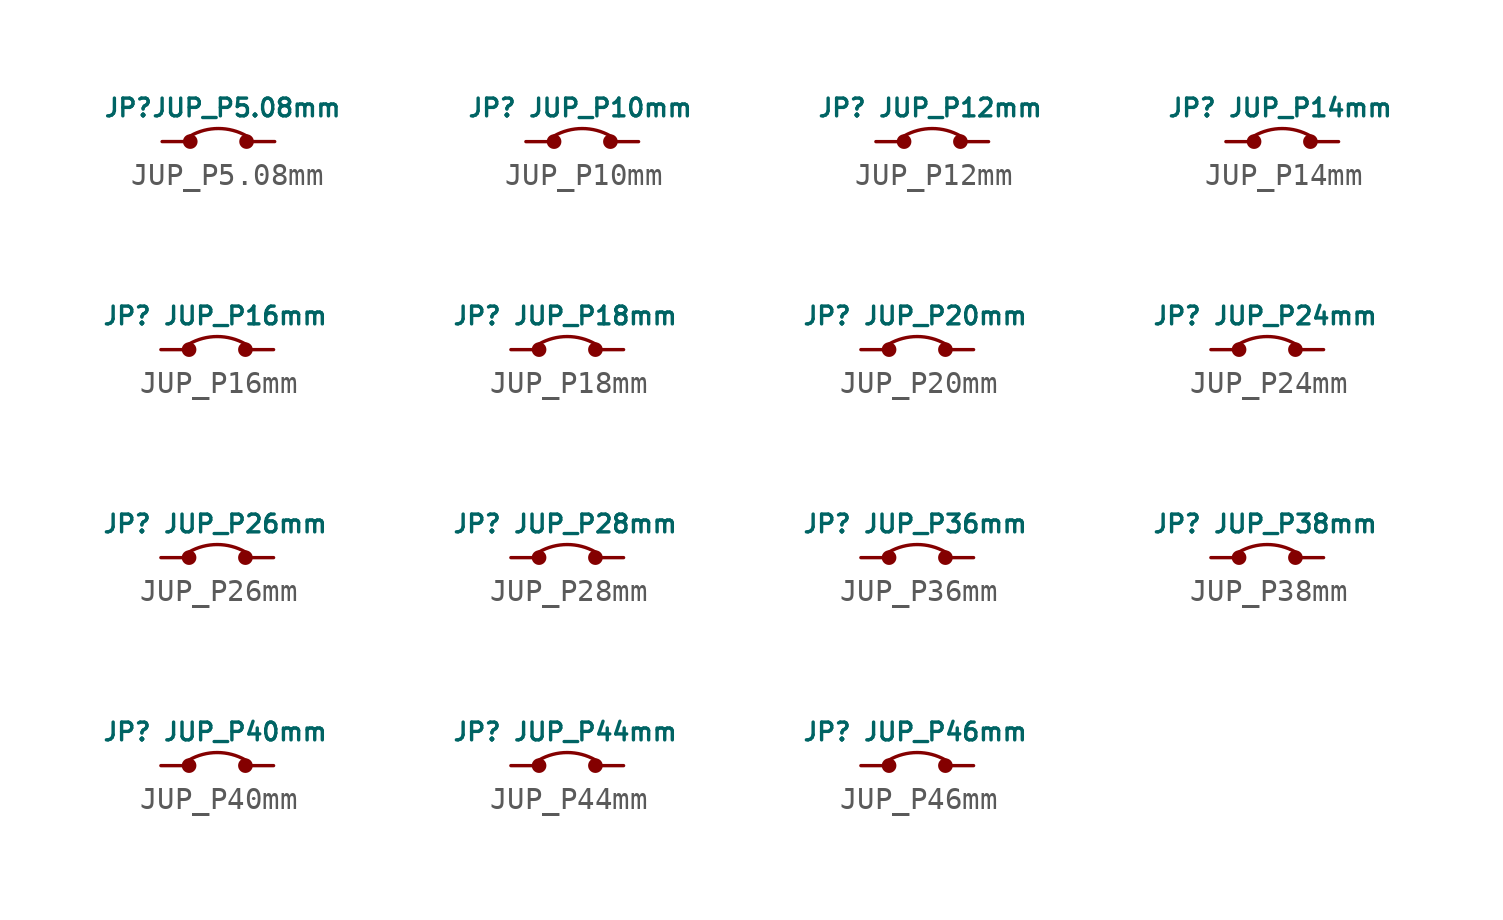
<source format=kicad_sym>
(kicad_symbol_lib
  (version 20211014)
  (generator kicad_symbol_editor)
  (symbol "JUP_P5.08mm"
    (property "Reference" "JP"
      (at -4.064 1.524 0)
      (effects (font (size 0.8 0.8))))
    (property "Value" "JUP_P5.08mm"
      (at 1.27 1.524 0)
      (effects (font (size 0.8 0.8))))
    (symbol "JUP_P5.08mm_0_1"
      (circle (center -1.27 0) (radius 0.254) (stroke (width 0) (type default) (color 0 0 0 0)) (fill (type outline)))
      (circle (center 1.27 0) (radius 0.254) (stroke (width 0) (type default) (color 0 0 0 0)) (fill (type outline)))
      (arc (start 1.27 0.254) (mid 0 0.5892) (end -1.27 0.254) (stroke (width 0) (type default) (color 0 0 0 0)) (fill (type none))))
    (symbol "JUP_P5.08mm_1_1"
      (pin passive line (at -2.54 0 0) (length 1.2) (name "" (effects (font (size 1.27 1.27)))) (number "1" (effects (font (size 0 0)))))
      (pin passive line (at 2.54 0 180) (length 1.2) (name "" (effects (font (size 1.27 1.27)))) (number "2" (effects (font (size 0 0)))))))
  (symbol "JUP_P10mm"
    (property "Reference" "JP"
      (at -4.064 1.524 0)
      (effects (font (size 0.8 0.8))))
    (property "Value" "JUP_P10mm"
      (at 1.27 1.524 0)
      (effects (font (size 0.8 0.8))))
    (symbol "JUP_P10mm_0_1"
      (circle (center -1.27 0) (radius 0.254) (stroke (width 0) (type default) (color 0 0 0 0)) (fill (type outline)))
      (circle (center 1.27 0) (radius 0.254) (stroke (width 0) (type default) (color 0 0 0 0)) (fill (type outline)))
      (arc (start 1.27 0.254) (mid 0 0.5892) (end -1.27 0.254) (stroke (width 0) (type default) (color 0 0 0 0)) (fill (type none))))
    (symbol "JUP_P10mm_1_1"
      (pin passive line (at -2.54 0 0) (length 1.2) (name "" (effects (font (size 1.27 1.27)))) (number "1" (effects (font (size 0 0)))))
      (pin passive line (at 2.54 0 180) (length 1.2) (name "" (effects (font (size 1.27 1.27)))) (number "2" (effects (font (size 0 0)))))))
  (symbol "JUP_P12mm"
    (property "Reference" "JP"
      (at -4.064 1.524 0)
      (effects (font (size 0.8 0.8))))
    (property "Value" "JUP_P12mm"
      (at 1.27 1.524 0)
      (effects (font (size 0.8 0.8))))
    (symbol "JUP_P12mm_0_1"
      (circle (center -1.27 0) (radius 0.254) (stroke (width 0) (type default) (color 0 0 0 0)) (fill (type outline)))
      (circle (center 1.27 0) (radius 0.254) (stroke (width 0) (type default) (color 0 0 0 0)) (fill (type outline)))
      (arc (start 1.27 0.254) (mid 0 0.5892) (end -1.27 0.254) (stroke (width 0) (type default) (color 0 0 0 0)) (fill (type none))))
    (symbol "JUP_P12mm_1_1"
      (pin passive line (at -2.54 0 0) (length 1.2) (name "" (effects (font (size 1.27 1.27)))) (number "1" (effects (font (size 0 0)))))
      (pin passive line (at 2.54 0 180) (length 1.2) (name "" (effects (font (size 1.27 1.27)))) (number "2" (effects (font (size 0 0)))))))
  (symbol "JUP_P14mm"
    (property "Reference" "JP"
      (at -4.064 1.524 0)
      (effects (font (size 0.8 0.8))))
    (property "Value" "JUP_P14mm"
      (at 1.27 1.524 0)
      (effects (font (size 0.8 0.8))))
    (symbol "JUP_P14mm_0_1"
      (circle (center -1.27 0) (radius 0.254) (stroke (width 0) (type default) (color 0 0 0 0)) (fill (type outline)))
      (circle (center 1.27 0) (radius 0.254) (stroke (width 0) (type default) (color 0 0 0 0)) (fill (type outline)))
      (arc (start 1.27 0.254) (mid 0 0.5892) (end -1.27 0.254) (stroke (width 0) (type default) (color 0 0 0 0)) (fill (type none))))
    (symbol "JUP_P14mm_1_1"
      (pin passive line (at -2.54 0 0) (length 1.2) (name "" (effects (font (size 1.27 1.27)))) (number "1" (effects (font (size 0 0)))))
      (pin passive line (at 2.54 0 180) (length 1.2) (name "" (effects (font (size 1.27 1.27)))) (number "2" (effects (font (size 0 0)))))))
  (symbol "JUP_P16mm"
    (property "Reference" "JP"
      (at -4.064 1.524 0)
      (effects (font (size 0.8 0.8))))
    (property "Value" "JUP_P16mm"
      (at 1.27 1.524 0)
      (effects (font (size 0.8 0.8))))
    (symbol "JUP_P16mm_0_1"
      (circle (center -1.27 0) (radius 0.254) (stroke (width 0) (type default) (color 0 0 0 0)) (fill (type outline)))
      (circle (center 1.27 0) (radius 0.254) (stroke (width 0) (type default) (color 0 0 0 0)) (fill (type outline)))
      (arc (start 1.27 0.254) (mid 0 0.5892) (end -1.27 0.254) (stroke (width 0) (type default) (color 0 0 0 0)) (fill (type none))))
    (symbol "JUP_P16mm_1_1"
      (pin passive line (at -2.54 0 0) (length 1.2) (name "" (effects (font (size 1.27 1.27)))) (number "1" (effects (font (size 0 0)))))
      (pin passive line (at 2.54 0 180) (length 1.2) (name "" (effects (font (size 1.27 1.27)))) (number "2" (effects (font (size 0 0)))))))
  (symbol "JUP_P18mm"
    (property "Reference" "JP"
      (at -4.064 1.524 0)
      (effects (font (size 0.8 0.8))))
    (property "Value" "JUP_P18mm"
      (at 1.27 1.524 0)
      (effects (font (size 0.8 0.8))))
    (symbol "JUP_P18mm_0_1"
      (circle (center -1.27 0) (radius 0.254) (stroke (width 0) (type default) (color 0 0 0 0)) (fill (type outline)))
      (circle (center 1.27 0) (radius 0.254) (stroke (width 0) (type default) (color 0 0 0 0)) (fill (type outline)))
      (arc (start 1.27 0.254) (mid 0 0.5892) (end -1.27 0.254) (stroke (width 0) (type default) (color 0 0 0 0)) (fill (type none))))
    (symbol "JUP_P18mm_1_1"
      (pin passive line (at -2.54 0 0) (length 1.2) (name "" (effects (font (size 1.27 1.27)))) (number "1" (effects (font (size 0 0)))))
      (pin passive line (at 2.54 0 180) (length 1.2) (name "" (effects (font (size 1.27 1.27)))) (number "2" (effects (font (size 0 0)))))))
  (symbol "JUP_P20mm"
    (property "Reference" "JP"
      (at -4.064 1.524 0)
      (effects (font (size 0.8 0.8))))
    (property "Value" "JUP_P20mm"
      (at 1.27 1.524 0)
      (effects (font (size 0.8 0.8))))
    (symbol "JUP_P20mm_0_1"
      (circle (center -1.27 0) (radius 0.254) (stroke (width 0) (type default) (color 0 0 0 0)) (fill (type outline)))
      (circle (center 1.27 0) (radius 0.254) (stroke (width 0) (type default) (color 0 0 0 0)) (fill (type outline)))
      (arc (start 1.27 0.254) (mid 0 0.5892) (end -1.27 0.254) (stroke (width 0) (type default) (color 0 0 0 0)) (fill (type none))))
    (symbol "JUP_P20mm_1_1"
      (pin passive line (at -2.54 0 0) (length 1.2) (name "" (effects (font (size 1.27 1.27)))) (number "1" (effects (font (size 0 0)))))
      (pin passive line (at 2.54 0 180) (length 1.2) (name "" (effects (font (size 1.27 1.27)))) (number "2" (effects (font (size 0 0)))))))
  (symbol "JUP_P24mm"
    (property "Reference" "JP"
      (at -4.064 1.524 0)
      (effects (font (size 0.8 0.8))))
    (property "Value" "JUP_P24mm"
      (at 1.27 1.524 0)
      (effects (font (size 0.8 0.8))))
    (symbol "JUP_P24mm_0_1"
      (circle (center -1.27 0) (radius 0.254) (stroke (width 0) (type default) (color 0 0 0 0)) (fill (type outline)))
      (circle (center 1.27 0) (radius 0.254) (stroke (width 0) (type default) (color 0 0 0 0)) (fill (type outline)))
      (arc (start 1.27 0.254) (mid 0 0.5892) (end -1.27 0.254) (stroke (width 0) (type default) (color 0 0 0 0)) (fill (type none))))
    (symbol "JUP_P24mm_1_1"
      (pin passive line (at -2.54 0 0) (length 1.2) (name "" (effects (font (size 1.27 1.27)))) (number "1" (effects (font (size 0 0)))))
      (pin passive line (at 2.54 0 180) (length 1.2) (name "" (effects (font (size 1.27 1.27)))) (number "2" (effects (font (size 0 0)))))))
  (symbol "JUP_P26mm"
    (property "Reference" "JP"
      (at -4.064 1.524 0)
      (effects (font (size 0.8 0.8))))
    (property "Value" "JUP_P26mm"
      (at 1.27 1.524 0)
      (effects (font (size 0.8 0.8))))
    (symbol "JUP_P26mm_0_1"
      (circle (center -1.27 0) (radius 0.254) (stroke (width 0) (type default) (color 0 0 0 0)) (fill (type outline)))
      (circle (center 1.27 0) (radius 0.254) (stroke (width 0) (type default) (color 0 0 0 0)) (fill (type outline)))
      (arc (start 1.27 0.254) (mid 0 0.5892) (end -1.27 0.254) (stroke (width 0) (type default) (color 0 0 0 0)) (fill (type none))))
    (symbol "JUP_P26mm_1_1"
      (pin passive line (at -2.54 0 0) (length 1.2) (name "" (effects (font (size 1.27 1.27)))) (number "1" (effects (font (size 0 0)))))
      (pin passive line (at 2.54 0 180) (length 1.2) (name "" (effects (font (size 1.27 1.27)))) (number "2" (effects (font (size 0 0)))))))
  (symbol "JUP_P28mm"
    (property "Reference" "JP"
      (at -4.064 1.524 0)
      (effects (font (size 0.8 0.8))))
    (property "Value" "JUP_P28mm"
      (at 1.27 1.524 0)
      (effects (font (size 0.8 0.8))))
    (symbol "JUP_P28mm_0_1"
      (circle (center -1.27 0) (radius 0.254) (stroke (width 0) (type default) (color 0 0 0 0)) (fill (type outline)))
      (circle (center 1.27 0) (radius 0.254) (stroke (width 0) (type default) (color 0 0 0 0)) (fill (type outline)))
      (arc (start 1.27 0.254) (mid 0 0.5892) (end -1.27 0.254) (stroke (width 0) (type default) (color 0 0 0 0)) (fill (type none))))
    (symbol "JUP_P28mm_1_1"
      (pin passive line (at -2.54 0 0) (length 1.2) (name "" (effects (font (size 1.27 1.27)))) (number "1" (effects (font (size 0 0)))))
      (pin passive line (at 2.54 0 180) (length 1.2) (name "" (effects (font (size 1.27 1.27)))) (number "2" (effects (font (size 0 0)))))))
  (symbol "JUP_P36mm"
    (property "Reference" "JP"
      (at -4.064 1.524 0)
      (effects (font (size 0.8 0.8))))
    (property "Value" "JUP_P36mm"
      (at 1.27 1.524 0)
      (effects (font (size 0.8 0.8))))
    (symbol "JUP_P36mm_0_1"
      (circle (center -1.27 0) (radius 0.254) (stroke (width 0) (type default) (color 0 0 0 0)) (fill (type outline)))
      (circle (center 1.27 0) (radius 0.254) (stroke (width 0) (type default) (color 0 0 0 0)) (fill (type outline)))
      (arc (start 1.27 0.254) (mid 0 0.5892) (end -1.27 0.254) (stroke (width 0) (type default) (color 0 0 0 0)) (fill (type none))))
    (symbol "JUP_P36mm_1_1"
      (pin passive line (at -2.54 0 0) (length 1.2) (name "" (effects (font (size 1.27 1.27)))) (number "1" (effects (font (size 0 0)))))
      (pin passive line (at 2.54 0 180) (length 1.2) (name "" (effects (font (size 1.27 1.27)))) (number "2" (effects (font (size 0 0)))))))
  (symbol "JUP_P38mm"
    (property "Reference" "JP"
      (at -4.064 1.524 0)
      (effects (font (size 0.8 0.8))))
    (property "Value" "JUP_P38mm"
      (at 1.27 1.524 0)
      (effects (font (size 0.8 0.8))))
    (symbol "JUP_P38mm_0_1"
      (circle (center -1.27 0) (radius 0.254) (stroke (width 0) (type default) (color 0 0 0 0)) (fill (type outline)))
      (circle (center 1.27 0) (radius 0.254) (stroke (width 0) (type default) (color 0 0 0 0)) (fill (type outline)))
      (arc (start 1.27 0.254) (mid 0 0.5892) (end -1.27 0.254) (stroke (width 0) (type default) (color 0 0 0 0)) (fill (type none))))
    (symbol "JUP_P38mm_1_1"
      (pin passive line (at -2.54 0 0) (length 1.2) (name "" (effects (font (size 1.27 1.27)))) (number "1" (effects (font (size 0 0)))))
      (pin passive line (at 2.54 0 180) (length 1.2) (name "" (effects (font (size 1.27 1.27)))) (number "2" (effects (font (size 0 0)))))))
  (symbol "JUP_P40mm"
    (property "Reference" "JP"
      (at -4.064 1.524 0)
      (effects (font (size 0.8 0.8))))
    (property "Value" "JUP_P40mm"
      (at 1.27 1.524 0)
      (effects (font (size 0.8 0.8))))
    (symbol "JUP_P40mm_0_1"
      (circle (center -1.27 0) (radius 0.254) (stroke (width 0) (type default) (color 0 0 0 0)) (fill (type outline)))
      (circle (center 1.27 0) (radius 0.254) (stroke (width 0) (type default) (color 0 0 0 0)) (fill (type outline)))
      (arc (start 1.27 0.254) (mid 0 0.5892) (end -1.27 0.254) (stroke (width 0) (type default) (color 0 0 0 0)) (fill (type none))))
    (symbol "JUP_P40mm_1_1"
      (pin passive line (at -2.54 0 0) (length 1.2) (name "" (effects (font (size 1.27 1.27)))) (number "1" (effects (font (size 0 0)))))
      (pin passive line (at 2.54 0 180) (length 1.2) (name "" (effects (font (size 1.27 1.27)))) (number "2" (effects (font (size 0 0)))))))
  (symbol "JUP_P44mm"
    (property "Reference" "JP"
      (at -4.064 1.524 0)
      (effects (font (size 0.8 0.8))))
    (property "Value" "JUP_P44mm"
      (at 1.27 1.524 0)
      (effects (font (size 0.8 0.8))))
    (symbol "JUP_P44mm_0_1"
      (circle (center -1.27 0) (radius 0.254) (stroke (width 0) (type default) (color 0 0 0 0)) (fill (type outline)))
      (circle (center 1.27 0) (radius 0.254) (stroke (width 0) (type default) (color 0 0 0 0)) (fill (type outline)))
      (arc (start 1.27 0.254) (mid 0 0.5892) (end -1.27 0.254) (stroke (width 0) (type default) (color 0 0 0 0)) (fill (type none))))
    (symbol "JUP_P44mm_1_1"
      (pin passive line (at -2.54 0 0) (length 1.2) (name "" (effects (font (size 1.27 1.27)))) (number "1" (effects (font (size 0 0)))))
      (pin passive line (at 2.54 0 180) (length 1.2) (name "" (effects (font (size 1.27 1.27)))) (number "2" (effects (font (size 0 0)))))))
  (symbol "JUP_P46mm"
    (property "Reference" "JP"
      (at -4.064 1.524 0)
      (effects (font (size 0.8 0.8))))
    (property "Value" "JUP_P46mm"
      (at 1.27 1.524 0)
      (effects (font (size 0.8 0.8))))
    (symbol "JUP_P46mm_0_1"
      (circle (center -1.27 0) (radius 0.254) (stroke (width 0) (type default) (color 0 0 0 0)) (fill (type outline)))
      (circle (center 1.27 0) (radius 0.254) (stroke (width 0) (type default) (color 0 0 0 0)) (fill (type outline)))
      (arc (start 1.27 0.254) (mid 0 0.5892) (end -1.27 0.254) (stroke (width 0) (type default) (color 0 0 0 0)) (fill (type none))))
    (symbol "JUP_P46mm_1_1"
      (pin passive line (at -2.54 0 0) (length 1.2) (name "" (effects (font (size 1.27 1.27)))) (number "1" (effects (font (size 0 0)))))
      (pin passive line (at 2.54 0 180) (length 1.2) (name "" (effects (font (size 1.27 1.27)))) (number "2" (effects (font (size 0 0))))))))
</source>
